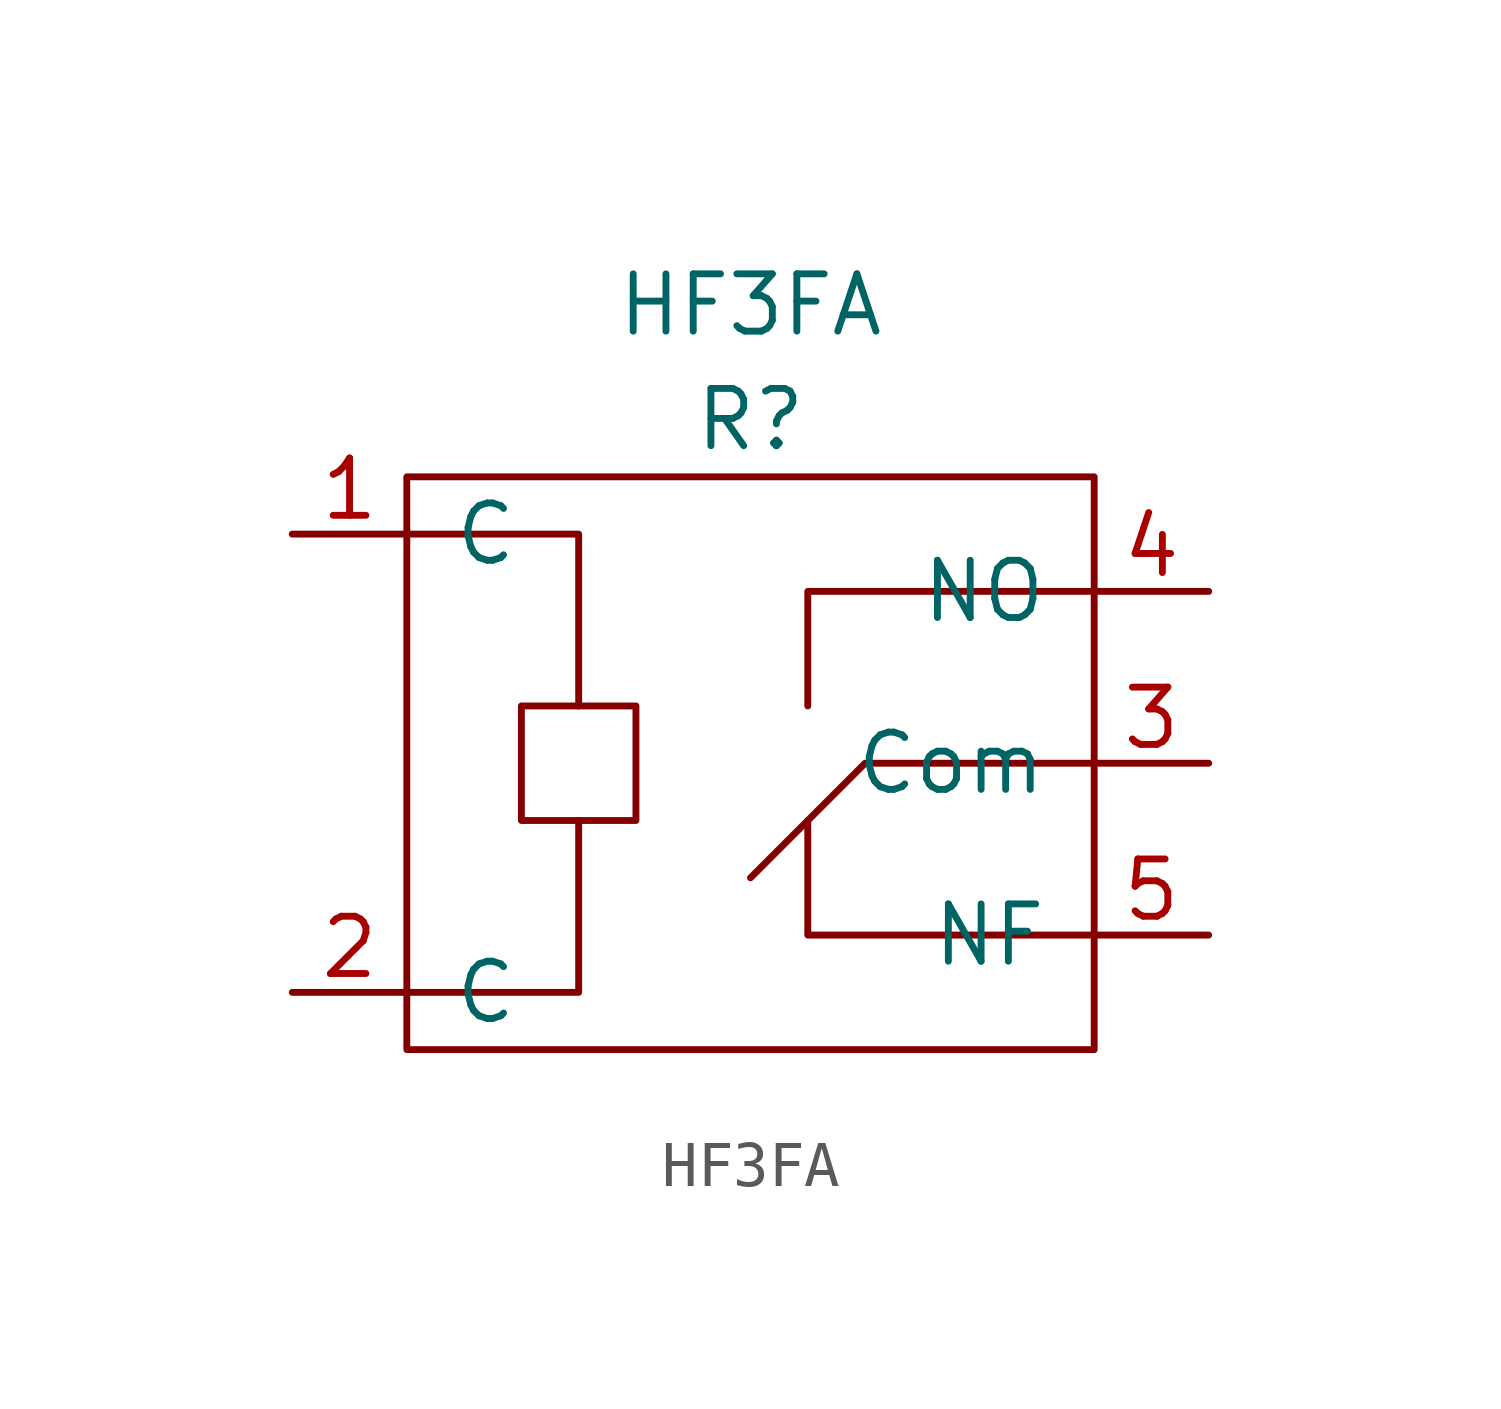
<source format=kicad_sym>
(kicad_symbol_lib
  (version 20211014)
  (generator kicad_symbol_editor)
  (symbol "HF3FA"
    (pin_names
      (offset 1.016))
    (property "Reference" "R"
      (at 0 0 0)
      (effects (font (size 1.27 1.27))))
    (property "Value" "HF3FA"
      (at 0 2.54 0)
      (effects (font (size 1.27 1.27))))
    (symbol "HF3FA_0_1"
      (rectangle (start -7.62 -1.27) (end 7.62 -13.97) (stroke (width 0) (type default) (color 0 0 0 0)) (fill (type none)))
      (rectangle (start -5.08 -6.35) (end -2.54 -8.89) (stroke (width 0) (type default) (color 0 0 0 0)) (fill (type none)))
      (polyline (pts (xy -7.62 -2.54) (xy -3.81 -2.54) (xy -3.81 -6.35)) (stroke (width 0) (type default) (color 0 0 0 0)) (fill (type none)))
      (polyline (pts (xy -3.81 -8.89) (xy -3.81 -12.7) (xy -7.62 -12.7)) (stroke (width 0) (type default) (color 0 0 0 0)) (fill (type none)))
      (polyline (pts (xy 7.62 -11.43) (xy 1.27 -11.43) (xy 1.27 -8.89)) (stroke (width 0) (type default) (color 0 0 0 0)) (fill (type none)))
      (polyline (pts (xy 7.62 -7.62) (xy 2.54 -7.62) (xy 0 -10.16)) (stroke (width 0) (type default) (color 0 0 0 0)) (fill (type none)))
      (polyline (pts (xy 7.62 -3.81) (xy 1.27 -3.81) (xy 1.27 -6.35)) (stroke (width 0) (type default) (color 0 0 0 0)) (fill (type none))))
    (symbol "HF3FA_1_1"
      (pin unspecified line (at -10.16 -2.54 0) (length 2.54) (name "C" (effects (font (size 1.27 1.27)))) (number "1" (effects (font (size 1.27 1.27)))))
      (pin unspecified line (at -10.16 -12.7 0) (length 2.54) (name "C" (effects (font (size 1.27 1.27)))) (number "2" (effects (font (size 1.27 1.27)))))
      (pin unspecified line (at 10.16 -7.62 180) (length 2.54) (name "Com" (effects (font (size 1.27 1.27)))) (number "3" (effects (font (size 1.27 1.27)))))
      (pin unspecified line (at 10.16 -3.81 180) (length 2.54) (name "NO" (effects (font (size 1.27 1.27)))) (number "4" (effects (font (size 1.27 1.27)))))
      (pin unspecified line (at 10.16 -11.43 180) (length 2.54) (name "NF" (effects (font (size 1.27 1.27)))) (number "5" (effects (font (size 1.27 1.27))))))))
</source>
